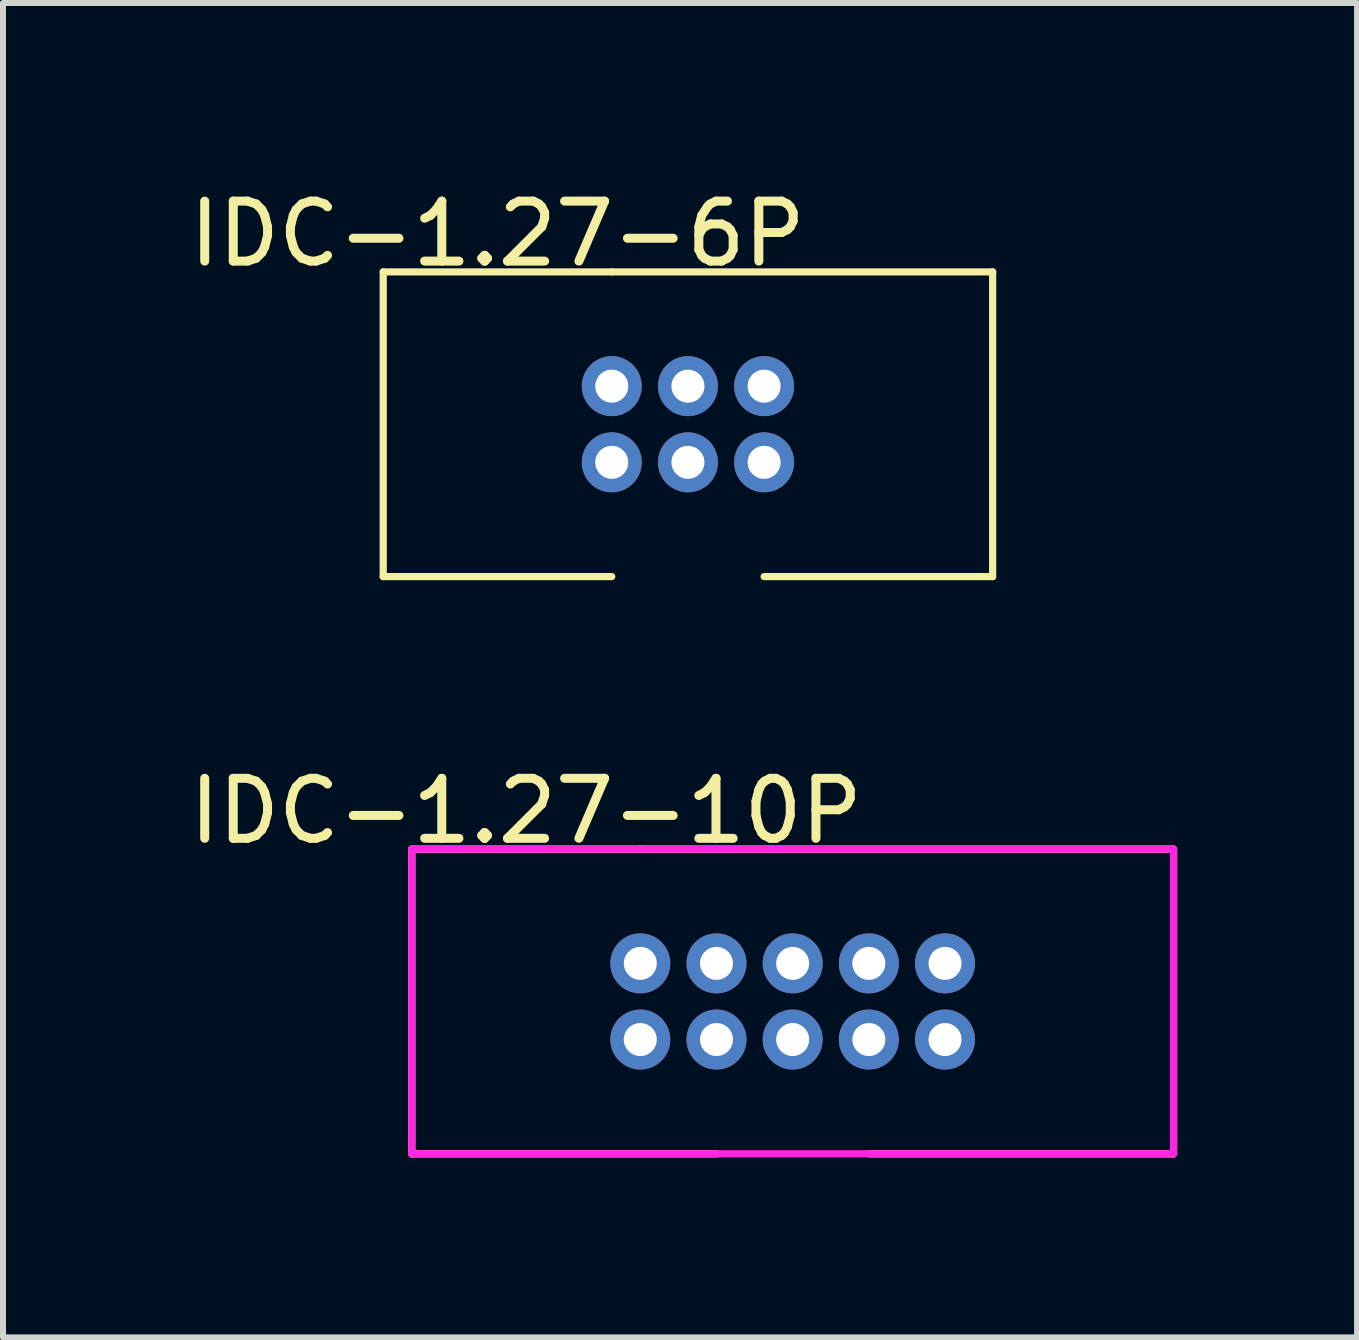
<source format=kicad_pcb>
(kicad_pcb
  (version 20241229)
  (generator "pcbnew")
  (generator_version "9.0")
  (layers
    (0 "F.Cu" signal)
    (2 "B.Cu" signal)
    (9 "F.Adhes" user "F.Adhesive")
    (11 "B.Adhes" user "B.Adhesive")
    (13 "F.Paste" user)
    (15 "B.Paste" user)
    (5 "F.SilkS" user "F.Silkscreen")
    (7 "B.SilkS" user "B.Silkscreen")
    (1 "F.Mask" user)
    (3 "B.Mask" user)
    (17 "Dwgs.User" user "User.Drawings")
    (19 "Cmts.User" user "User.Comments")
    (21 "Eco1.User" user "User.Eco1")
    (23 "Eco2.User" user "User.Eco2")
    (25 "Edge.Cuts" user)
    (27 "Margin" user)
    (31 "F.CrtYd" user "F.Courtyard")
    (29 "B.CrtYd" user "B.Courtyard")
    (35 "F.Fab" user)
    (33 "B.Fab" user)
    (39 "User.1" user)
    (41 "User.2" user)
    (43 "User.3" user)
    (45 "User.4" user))
  (footprint "IDC-1.27-10P"
    (layer "F.Cu")
    (at 7.625 13.011)
    (property "Reference" "IDC-1.27-10P" (at -1.905 -2.54 0) (layer "F.SilkS") (effects (font (size 1 1) (thickness 0.15))))
    (attr through_hole)
    (fp_line (start -3.81 -1.905) (end -3.81 3.175) (stroke (width 0.12) (type solid)) (layer "F.SilkS"))
    (fp_line (start -3.81 3.175) (end 1.27 3.175) (stroke (width 0.12) (type solid)) (layer "F.SilkS"))
    (fp_line (start 0 -1.905) (end -3.81 -1.905) (stroke (width 0.12) (type solid)) (layer "F.SilkS"))
    (fp_line (start 0 -1.905) (end 8.89 -1.905) (stroke (width 0.12) (type solid)) (layer "F.SilkS"))
    (fp_line (start 8.89 -1.905) (end 8.89 3.175) (stroke (width 0.12) (type solid)) (layer "F.SilkS"))
    (fp_line (start 8.89 3.175) (end 3.81 3.175) (stroke (width 0.12) (type solid)) (layer "F.SilkS"))
    (fp_line (start -3.81 -1.905) (end -3.81 3.175) (stroke (width 0.12) (type solid)) (layer "F.CrtYd"))
    (fp_line (start -3.81 3.175) (end 8.89 3.175) (stroke (width 0.12) (type solid)) (layer "F.CrtYd"))
    (fp_line (start 8.89 -1.905) (end -3.81 -1.905) (stroke (width 0.12) (type solid)) (layer "F.CrtYd"))
    (fp_line (start 8.89 3.175) (end 8.89 -1.905) (stroke (width 0.12) (type solid)) (layer "F.CrtYd"))
    (pad "1" thru_hole circle (at 0 1.27) (size 1 1) (drill 0.55) (layers "*.Cu" "*.Mask"))
    (pad "2" thru_hole circle (at 0 0) (size 1 1) (drill 0.55) (layers "*.Cu" "*.Mask"))
    (pad "3" thru_hole circle (at 1.27 1.27) (size 1 1) (drill 0.55) (layers "*.Cu" "*.Mask"))
    (pad "4" thru_hole circle (at 1.27 0) (size 1 1) (drill 0.55) (layers "*.Cu" "*.Mask"))
    (pad "5" thru_hole circle (at 2.54 1.27) (size 1 1) (drill 0.55) (layers "*.Cu" "*.Mask"))
    (pad "6" thru_hole circle (at 2.54 0) (size 1 1) (drill 0.55) (layers "*.Cu" "*.Mask"))
    (pad "7" thru_hole circle (at 3.81 1.27) (size 1 1) (drill 0.55) (layers "*.Cu" "*.Mask"))
    (pad "8" thru_hole circle (at 3.81 0) (size 1 1) (drill 0.55) (layers "*.Cu" "*.Mask"))
    (pad "9" thru_hole circle (at 5.08 1.27) (size 1 1) (drill 0.55) (layers "*.Cu" "*.Mask"))
    (pad "10" thru_hole circle (at 5.08 0) (size 1 1) (drill 0.55) (layers "*.Cu" "*.Mask")))
  (footprint "IDC-1.27-6P"
    (layer "F.Cu")
    (at 7.149 3.388)
    (property "Reference" "IDC-1.27-6P" (at -1.905 -2.54 0) (layer "F.SilkS") (effects (font (size 1 1) (thickness 0.15))))
    (attr through_hole)
    (fp_line (start -3.81 -1.905) (end -3.81 3.175) (stroke (width 0.12) (type solid)) (layer "F.SilkS"))
    (fp_line (start -3.81 3.175) (end 0 3.175) (stroke (width 0.12) (type solid)) (layer "F.SilkS"))
    (fp_line (start 0 -1.905) (end -3.81 -1.905) (stroke (width 0.12) (type solid)) (layer "F.SilkS"))
    (fp_line (start 0 -1.905) (end 6.35 -1.905) (stroke (width 0.12) (type solid)) (layer "F.SilkS"))
    (fp_line (start 6.35 -1.905) (end 6.35 3.175) (stroke (width 0.12) (type solid)) (layer "F.SilkS"))
    (fp_line (start 6.35 3.175) (end 2.54 3.175) (stroke (width 0.12) (type solid)) (layer "F.SilkS"))
    (pad "1" thru_hole circle (at 0 1.27) (size 1 1) (drill 0.55) (layers "*.Cu" "*.Mask"))
    (pad "2" thru_hole circle (at 0 0) (size 1 1) (drill 0.55) (layers "*.Cu" "*.Mask"))
    (pad "3" thru_hole circle (at 1.27 1.27) (size 1 1) (drill 0.55) (layers "*.Cu" "*.Mask"))
    (pad "4" thru_hole circle (at 1.27 0) (size 1 1) (drill 0.55) (layers "*.Cu" "*.Mask"))
    (pad "5" thru_hole circle (at 2.54 1.27) (size 1 1) (drill 0.55) (layers "*.Cu" "*.Mask"))
    (pad "6" thru_hole circle (at 2.54 0) (size 1 1) (drill 0.55) (layers "*.Cu" "*.Mask")))
  (gr_rect
    (start -3 -3)
    (end 19.575 19.247)
    (stroke (width 0.1) (type default))
    (fill no)
    (layer "Edge.Cuts")))
</source>
